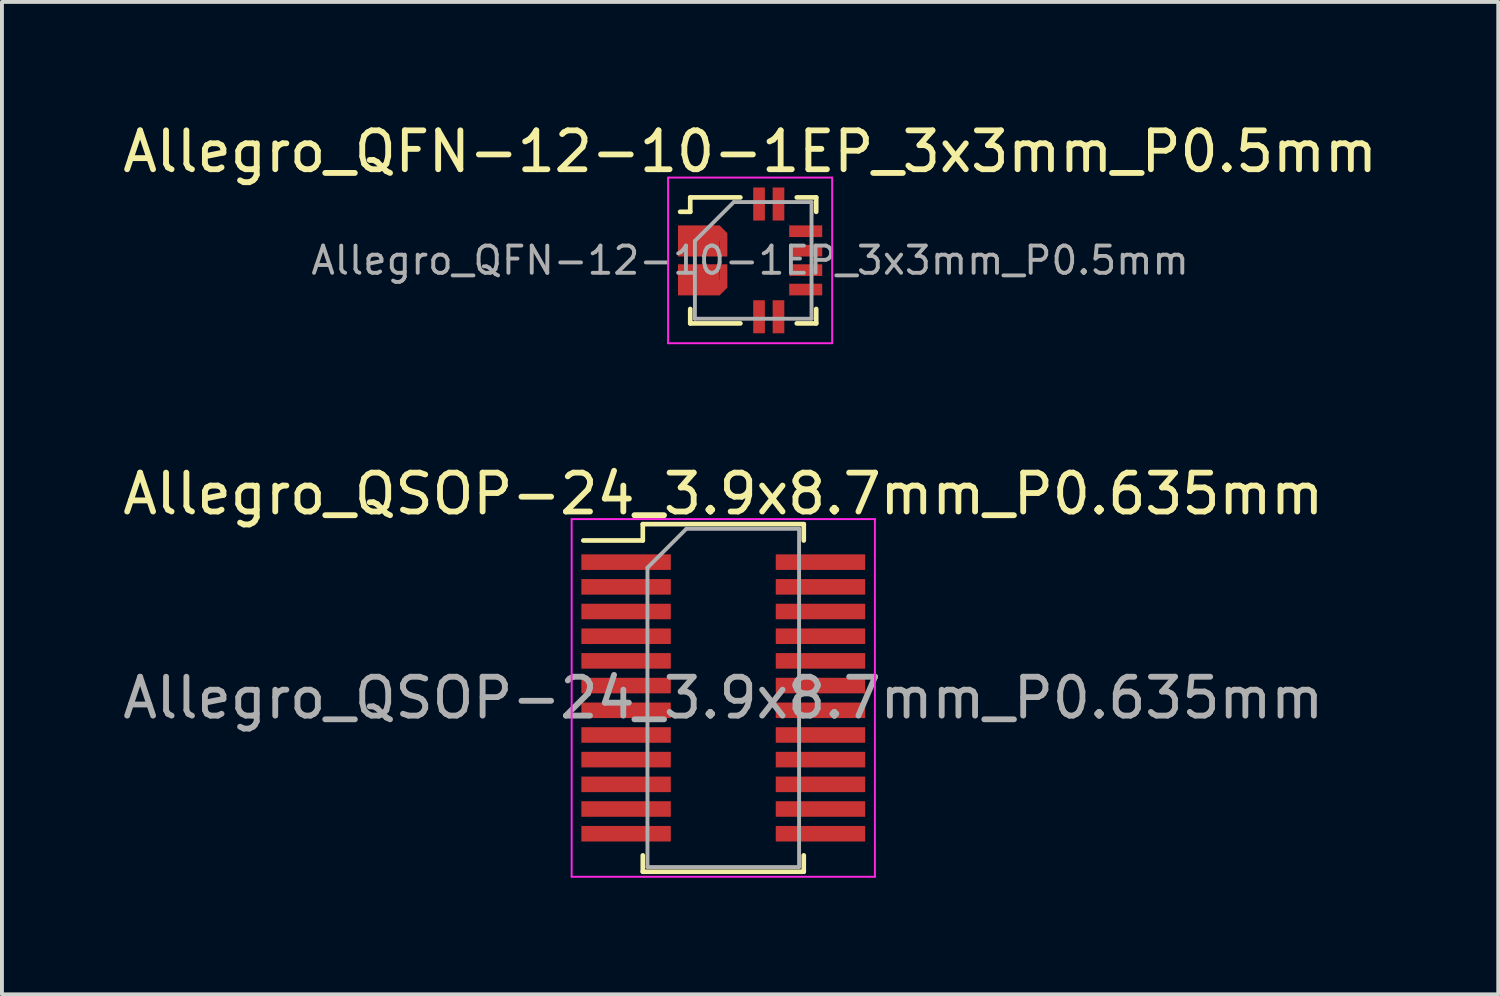
<source format=kicad_pcb>
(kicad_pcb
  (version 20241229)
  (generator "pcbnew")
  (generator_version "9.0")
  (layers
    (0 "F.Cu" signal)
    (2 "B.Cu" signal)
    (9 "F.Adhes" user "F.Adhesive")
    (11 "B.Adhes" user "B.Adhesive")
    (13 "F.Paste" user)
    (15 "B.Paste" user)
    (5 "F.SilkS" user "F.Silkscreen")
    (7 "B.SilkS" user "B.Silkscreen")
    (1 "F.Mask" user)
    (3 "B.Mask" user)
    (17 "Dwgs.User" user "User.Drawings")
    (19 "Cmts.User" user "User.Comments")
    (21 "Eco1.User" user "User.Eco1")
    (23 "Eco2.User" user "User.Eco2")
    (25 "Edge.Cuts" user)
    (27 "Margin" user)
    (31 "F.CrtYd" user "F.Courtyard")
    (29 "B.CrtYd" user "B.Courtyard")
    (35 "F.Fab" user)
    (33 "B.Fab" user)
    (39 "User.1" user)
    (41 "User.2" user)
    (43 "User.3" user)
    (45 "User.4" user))
  (footprint "Allegro_QSOP-24_3.9x8.7mm_P0.635mm"
    (layer "F.Cu")
    (at 15.554 14.902)
    (property "Reference" "Allegro_QSOP-24_3.9x8.7mm_P0.635mm" (at 0 -5.25 0) (layer "F.SilkS") (effects (font (size 1 1) (thickness 0.15))))
    (attr smd)
    (fp_line (start -3.6 -4.05) (end -2.07 -4.05) (stroke (width 0.12) (type solid)) (layer "F.SilkS"))
    (fp_line (start -2.07 -4.47) (end -2.07 -4.05) (stroke (width 0.12) (type solid)) (layer "F.SilkS"))
    (fp_line (start -2.07 -4.47) (end 2.07 -4.47) (stroke (width 0.12) (type solid)) (layer "F.SilkS"))
    (fp_line (start -2.07 4.47) (end -2.07 4.05) (stroke (width 0.12) (type solid)) (layer "F.SilkS"))
    (fp_line (start -2.07 4.47) (end 2.07 4.47) (stroke (width 0.12) (type solid)) (layer "F.SilkS"))
    (fp_line (start 2.07 -4.47) (end 2.07 -4.05) (stroke (width 0.12) (type solid)) (layer "F.SilkS"))
    (fp_line (start 2.07 4.47) (end 2.07 4.05) (stroke (width 0.12) (type solid)) (layer "F.SilkS"))
    (fp_line (start -3.9 -4.6) (end -3.9 4.6) (stroke (width 0.05) (type solid)) (layer "F.CrtYd"))
    (fp_line (start -3.9 -4.6) (end 3.9 -4.6) (stroke (width 0.05) (type solid)) (layer "F.CrtYd"))
    (fp_line (start -3.9 4.6) (end 3.9 4.6) (stroke (width 0.05) (type solid)) (layer "F.CrtYd"))
    (fp_line (start 3.9 -4.6) (end 3.9 4.6) (stroke (width 0.05) (type solid)) (layer "F.CrtYd"))
    (fp_line (start -1.95 -3.35) (end -0.95 -4.35) (stroke (width 0.1) (type solid)) (layer "F.Fab"))
    (fp_line (start -1.95 4.35) (end -1.95 -3.35) (stroke (width 0.1) (type solid)) (layer "F.Fab"))
    (fp_line (start -0.95 -4.35) (end 1.95 -4.35) (stroke (width 0.1) (type solid)) (layer "F.Fab"))
    (fp_line (start 1.95 -4.35) (end 1.95 4.35) (stroke (width 0.1) (type solid)) (layer "F.Fab"))
    (fp_line (start 1.95 4.35) (end -1.95 4.35) (stroke (width 0.1) (type solid)) (layer "F.Fab"))
    (fp_text user "${REFERENCE}" (at 0 0 0) (layer "F.Fab") (effects (font (size 1 1) (thickness 0.15))))
    (pad "1" smd rect (at -2.5 -3.493) (size 2.3 0.4) (layers "F.Cu" "F.Mask" "F.Paste"))
    (pad "2" smd rect (at -2.5 -2.857) (size 2.3 0.4) (layers "F.Cu" "F.Mask" "F.Paste"))
    (pad "3" smd rect (at -2.5 -2.223) (size 2.3 0.4) (layers "F.Cu" "F.Mask" "F.Paste"))
    (pad "4" smd rect (at -2.5 -1.587) (size 2.3 0.4) (layers "F.Cu" "F.Mask" "F.Paste"))
    (pad "5" smd rect (at -2.5 -0.953) (size 2.3 0.4) (layers "F.Cu" "F.Mask" "F.Paste"))
    (pad "6" smd rect (at -2.5 -0.318) (size 2.3 0.4) (layers "F.Cu" "F.Mask" "F.Paste"))
    (pad "7" smd rect (at -2.5 0.318) (size 2.3 0.4) (layers "F.Cu" "F.Mask" "F.Paste"))
    (pad "8" smd rect (at -2.5 0.953) (size 2.3 0.4) (layers "F.Cu" "F.Mask" "F.Paste"))
    (pad "9" smd rect (at -2.5 1.587) (size 2.3 0.4) (layers "F.Cu" "F.Mask" "F.Paste"))
    (pad "10" smd rect (at -2.5 2.223) (size 2.3 0.4) (layers "F.Cu" "F.Mask" "F.Paste"))
    (pad "11" smd rect (at -2.5 2.857) (size 2.3 0.4) (layers "F.Cu" "F.Mask" "F.Paste"))
    (pad "12" smd rect (at -2.5 3.493) (size 2.3 0.4) (layers "F.Cu" "F.Mask" "F.Paste"))
    (pad "13" smd rect (at 2.5 3.493) (size 2.3 0.4) (layers "F.Cu" "F.Mask" "F.Paste"))
    (pad "14" smd rect (at 2.5 2.857) (size 2.3 0.4) (layers "F.Cu" "F.Mask" "F.Paste"))
    (pad "15" smd rect (at 2.5 2.223) (size 2.3 0.4) (layers "F.Cu" "F.Mask" "F.Paste"))
    (pad "16" smd rect (at 2.5 1.587) (size 2.3 0.4) (layers "F.Cu" "F.Mask" "F.Paste"))
    (pad "17" smd rect (at 2.5 0.953) (size 2.3 0.4) (layers "F.Cu" "F.Mask" "F.Paste"))
    (pad "18" smd rect (at 2.5 0.318) (size 2.3 0.4) (layers "F.Cu" "F.Mask" "F.Paste"))
    (pad "19" smd rect (at 2.5 -0.318) (size 2.3 0.4) (layers "F.Cu" "F.Mask" "F.Paste"))
    (pad "20" smd rect (at 2.5 -0.953) (size 2.3 0.4) (layers "F.Cu" "F.Mask" "F.Paste"))
    (pad "21" smd rect (at 2.5 -1.587) (size 2.3 0.4) (layers "F.Cu" "F.Mask" "F.Paste"))
    (pad "22" smd rect (at 2.5 -2.223) (size 2.3 0.4) (layers "F.Cu" "F.Mask" "F.Paste"))
    (pad "23" smd rect (at 2.5 -2.857) (size 2.3 0.4) (layers "F.Cu" "F.Mask" "F.Paste"))
    (pad "24" smd rect (at 2.5 -3.493) (size 2.3 0.4) (layers "F.Cu" "F.Mask" "F.Paste")))
  (footprint "Allegro_QFN-12-10-1EP_3x3mm_P0.5mm"
    (layer "F.Cu")
    (at 16.244 3.648)
    (property "Reference" "Allegro_QFN-12-10-1EP_3x3mm_P0.5mm" (at 0 -2.8 0) (layer "F.SilkS") (effects (font (size 1 1) (thickness 0.15))))
    (attr smd)
    (fp_line (start -1.54 -1.62) (end -1.54 -1.25) (stroke (width 0.12) (type solid)) (layer "F.SilkS"))
    (fp_line (start -1.54 -1.62) (end -0.25 -1.62) (stroke (width 0.12) (type solid)) (layer "F.SilkS"))
    (fp_line (start -1.54 -1.25) (end -1.8 -1.25) (stroke (width 0.12) (type solid)) (layer "F.SilkS"))
    (fp_line (start -1.54 1.25) (end -1.54 1.62) (stroke (width 0.12) (type solid)) (layer "F.SilkS"))
    (fp_line (start -1.54 1.62) (end -0.25 1.62) (stroke (width 0.12) (type solid)) (layer "F.SilkS"))
    (fp_line (start 1.7 -1.62) (end 1.2 -1.62) (stroke (width 0.12) (type solid)) (layer "F.SilkS"))
    (fp_line (start 1.7 -1.62) (end 1.7 -1.25) (stroke (width 0.12) (type solid)) (layer "F.SilkS"))
    (fp_line (start 1.7 1.25) (end 1.7 1.62) (stroke (width 0.12) (type solid)) (layer "F.SilkS"))
    (fp_line (start 1.7 1.62) (end 1.2 1.62) (stroke (width 0.12) (type solid)) (layer "F.SilkS"))
    (fp_line (start -2.11 -2.13) (end -2.11 2.13) (stroke (width 0.05) (type solid)) (layer "F.CrtYd"))
    (fp_line (start -2.11 2.13) (end 2.11 2.13) (stroke (width 0.05) (type solid)) (layer "F.CrtYd"))
    (fp_line (start 2.11 -2.13) (end -2.11 -2.13) (stroke (width 0.05) (type solid)) (layer "F.CrtYd"))
    (fp_line (start 2.11 2.13) (end 2.11 -2.13) (stroke (width 0.05) (type solid)) (layer "F.CrtYd"))
    (fp_line (start -1.42 -0.5) (end -0.42 -1.5) (stroke (width 0.1) (type solid)) (layer "F.Fab"))
    (fp_line (start -1.42 1.5) (end -1.42 -0.5) (stroke (width 0.1) (type solid)) (layer "F.Fab"))
    (fp_line (start -0.42 -1.5) (end 1.58 -1.5) (stroke (width 0.1) (type solid)) (layer "F.Fab"))
    (fp_line (start 1.58 -1.5) (end 1.58 1.5) (stroke (width 0.1) (type solid)) (layer "F.Fab"))
    (fp_line (start 1.58 1.5) (end -1.42 1.5) (stroke (width 0.1) (type solid)) (layer "F.Fab"))
    (fp_text user "${REFERENCE}" (at 0 0 0) (layer "F.Fab") (effects (font (size 0.7 0.7) (thickness 0.1))))
    (pad "1" smd rect (at -1.32 -0.5) (size 1.07 0.8) (layers "F.Cu" "F.Mask" "F.Paste"))
    (pad "1" smd rect (at -0.785 -0.7 45) (size 0.283 0.283) (layers "F.Cu" "F.Mask" "F.Paste"))
    (pad "1" smd rect (at -0.685 -0.4) (size 0.2 0.6) (layers "F.Cu" "F.Mask" "F.Paste"))
    (pad "2" smd rect (at -1.32 0.5) (size 1.07 0.8) (layers "F.Cu" "F.Mask" "F.Paste"))
    (pad "2" smd rect (at -0.785 0.7 45) (size 0.283 0.283) (layers "F.Cu" "F.Mask" "F.Paste"))
    (pad "2" smd rect (at -0.685 0.4) (size 0.2 0.6) (layers "F.Cu" "F.Mask" "F.Paste"))
    (pad "3" smd rect (at 0.23 1.45) (size 0.3 0.85) (layers "F.Cu" "F.Mask" "F.Paste"))
    (pad "4" smd rect (at 0.73 1.45) (size 0.3 0.85) (layers "F.Cu" "F.Mask" "F.Paste"))
    (pad "5" smd rect (at 1.43 0.75) (size 0.85 0.3) (layers "F.Cu" "F.Mask" "F.Paste"))
    (pad "6" smd rect (at 1.43 0.25) (size 0.85 0.3) (layers "F.Cu" "F.Mask" "F.Paste"))
    (pad "7" smd rect (at 1.43 -0.25) (size 0.85 0.3) (layers "F.Cu" "F.Mask" "F.Paste"))
    (pad "8" smd rect (at 1.43 -0.75) (size 0.85 0.3) (layers "F.Cu" "F.Mask" "F.Paste"))
    (pad "9" smd rect (at 0.73 -1.45) (size 0.3 0.85) (layers "F.Cu" "F.Mask" "F.Paste"))
    (pad "10" smd rect (at 0.23 -1.45) (size 0.3 0.85) (layers "F.Cu" "F.Mask" "F.Paste")))
  (gr_rect
    (start -3 -3)
    (end 35.488 22.526)
    (stroke (width 0.1) (type default))
    (fill no)
    (layer "Edge.Cuts")))
</source>
